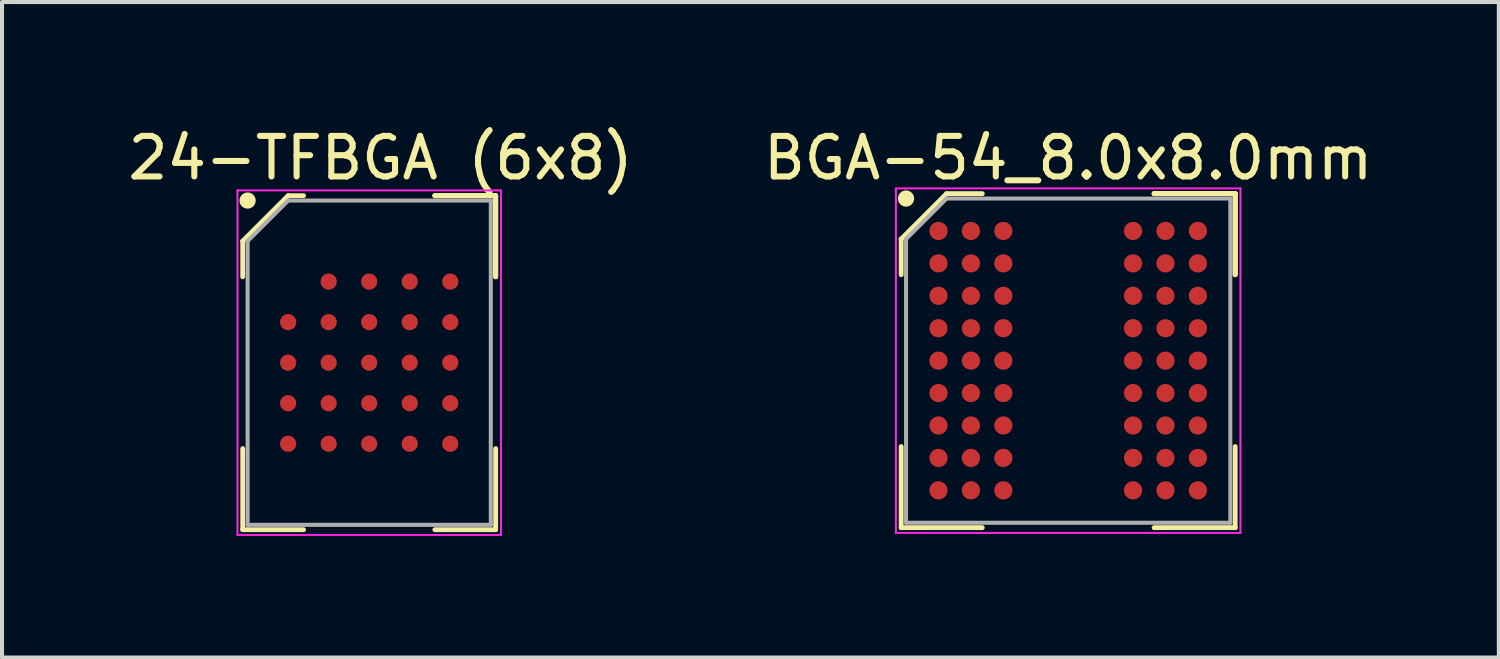
<source format=kicad_pcb>
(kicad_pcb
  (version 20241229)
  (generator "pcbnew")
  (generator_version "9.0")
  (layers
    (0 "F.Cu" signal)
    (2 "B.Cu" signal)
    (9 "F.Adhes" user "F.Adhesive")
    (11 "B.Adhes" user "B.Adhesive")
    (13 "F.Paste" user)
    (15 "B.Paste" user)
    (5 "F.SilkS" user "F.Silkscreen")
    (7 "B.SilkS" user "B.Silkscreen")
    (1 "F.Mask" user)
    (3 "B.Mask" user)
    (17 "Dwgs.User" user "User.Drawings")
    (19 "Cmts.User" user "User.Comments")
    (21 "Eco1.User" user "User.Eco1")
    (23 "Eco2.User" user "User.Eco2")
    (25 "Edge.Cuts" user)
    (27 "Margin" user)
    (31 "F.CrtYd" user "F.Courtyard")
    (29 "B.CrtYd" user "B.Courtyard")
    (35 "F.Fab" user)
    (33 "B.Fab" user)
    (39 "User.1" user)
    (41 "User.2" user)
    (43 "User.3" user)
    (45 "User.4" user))
  (footprint "BGA-54_8.0x8.0mm"
    (layer "F.Cu")
    (at 23.304 5.848)
    (property "Reference" "BGA-54_8.0x8.0mm" (at 0 -5 0) (layer "F.SilkS") (effects (font (size 1 1) (thickness 0.15))))
    (attr smd)
    (fp_line (start -4.12 -3) (end -4.12 -2.12) (stroke (width 0.12) (type solid)) (layer "F.SilkS"))
    (fp_line (start -4.12 4.12) (end -4.12 2.12) (stroke (width 0.12) (type solid)) (layer "F.SilkS"))
    (fp_line (start -3 -4.12) (end -4.12 -3) (stroke (width 0.12) (type solid)) (layer "F.SilkS"))
    (fp_line (start -2.12 -4.12) (end -3 -4.12) (stroke (width 0.12) (type solid)) (layer "F.SilkS"))
    (fp_line (start -2.12 4.12) (end -4.12 4.12) (stroke (width 0.12) (type solid)) (layer "F.SilkS"))
    (fp_line (start 2.12 -4.12) (end 4.12 -4.12) (stroke (width 0.12) (type solid)) (layer "F.SilkS"))
    (fp_line (start 2.12 -4.12) (end 4.12 -4.12) (stroke (width 0.12) (type solid)) (layer "F.SilkS"))
    (fp_line (start 2.12 -4.12) (end 4.12 -4.12) (stroke (width 0.12) (type solid)) (layer "F.SilkS"))
    (fp_line (start 2.12 4.12) (end 4.12 4.12) (stroke (width 0.12) (type solid)) (layer "F.SilkS"))
    (fp_line (start 4.12 -4.12) (end 4.12 -2.12) (stroke (width 0.12) (type solid)) (layer "F.SilkS"))
    (fp_line (start 4.12 -4.12) (end 4.12 -2.12) (stroke (width 0.12) (type solid)) (layer "F.SilkS"))
    (fp_line (start 4.12 -4.12) (end 4.12 -2.12) (stroke (width 0.12) (type solid)) (layer "F.SilkS"))
    (fp_line (start 4.12 4.12) (end 4.12 2.12) (stroke (width 0.12) (type solid)) (layer "F.SilkS"))
    (fp_circle (center -4 -4) (end -4 -3.9) (stroke (width 0.2) (type solid)) (fill no) (layer "F.SilkS"))
    (fp_line (start -4.25 -4.25) (end 4.25 -4.25) (stroke (width 0.05) (type solid)) (layer "F.CrtYd"))
    (fp_line (start -4.25 4.25) (end -4.25 -4.25) (stroke (width 0.05) (type solid)) (layer "F.CrtYd"))
    (fp_line (start 4.25 -4.25) (end 4.25 4.25) (stroke (width 0.05) (type solid)) (layer "F.CrtYd"))
    (fp_line (start 4.25 4.25) (end -4.25 4.25) (stroke (width 0.05) (type solid)) (layer "F.CrtYd"))
    (fp_line (start -4 -3) (end -4 4) (stroke (width 0.1) (type solid)) (layer "F.Fab"))
    (fp_line (start -4 4) (end 4 4) (stroke (width 0.1) (type solid)) (layer "F.Fab"))
    (fp_line (start -3 -4) (end -4 -3) (stroke (width 0.1) (type solid)) (layer "F.Fab"))
    (fp_line (start 4 -4) (end -3 -4) (stroke (width 0.1) (type solid)) (layer "F.Fab"))
    (fp_line (start 4 4) (end 4 -4) (stroke (width 0.1) (type solid)) (layer "F.Fab"))
    (pad "A1" smd circle (at -3.2 -3.2) (size 0.45 0.45) (layers "F.Cu" "F.Mask" "F.Paste"))
    (pad "A2" smd circle (at -2.4 -3.2) (size 0.45 0.45) (layers "F.Cu" "F.Mask" "F.Paste"))
    (pad "A3" smd circle (at -1.6 -3.2) (size 0.45 0.45) (layers "F.Cu" "F.Mask" "F.Paste"))
    (pad "A7" smd circle (at 1.6 -3.2) (size 0.45 0.45) (layers "F.Cu" "F.Mask" "F.Paste"))
    (pad "A8" smd circle (at 2.4 -3.2) (size 0.45 0.45) (layers "F.Cu" "F.Mask" "F.Paste"))
    (pad "A9" smd circle (at 3.2 -3.2) (size 0.45 0.45) (layers "F.Cu" "F.Mask" "F.Paste"))
    (pad "B1" smd circle (at -3.2 -2.4) (size 0.45 0.45) (layers "F.Cu" "F.Mask" "F.Paste"))
    (pad "B2" smd circle (at -2.4 -2.4) (size 0.45 0.45) (layers "F.Cu" "F.Mask" "F.Paste"))
    (pad "B3" smd circle (at -1.6 -2.4) (size 0.45 0.45) (layers "F.Cu" "F.Mask" "F.Paste"))
    (pad "B7" smd circle (at 1.6 -2.4) (size 0.45 0.45) (layers "F.Cu" "F.Mask" "F.Paste"))
    (pad "B8" smd circle (at 2.4 -2.4) (size 0.45 0.45) (layers "F.Cu" "F.Mask" "F.Paste"))
    (pad "B9" smd circle (at 3.2 -2.4) (size 0.45 0.45) (layers "F.Cu" "F.Mask" "F.Paste"))
    (pad "C1" smd circle (at -3.2 -1.6) (size 0.45 0.45) (layers "F.Cu" "F.Mask" "F.Paste"))
    (pad "C2" smd circle (at -2.4 -1.6) (size 0.45 0.45) (layers "F.Cu" "F.Mask" "F.Paste"))
    (pad "C3" smd circle (at -1.6 -1.6) (size 0.45 0.45) (layers "F.Cu" "F.Mask" "F.Paste"))
    (pad "C7" smd circle (at 1.6 -1.6) (size 0.45 0.45) (layers "F.Cu" "F.Mask" "F.Paste"))
    (pad "C8" smd circle (at 2.4 -1.6) (size 0.45 0.45) (layers "F.Cu" "F.Mask" "F.Paste"))
    (pad "C9" smd circle (at 3.2 -1.6) (size 0.45 0.45) (layers "F.Cu" "F.Mask" "F.Paste"))
    (pad "D1" smd circle (at -3.2 -0.8) (size 0.45 0.45) (layers "F.Cu" "F.Mask" "F.Paste"))
    (pad "D2" smd circle (at -2.4 -0.8) (size 0.45 0.45) (layers "F.Cu" "F.Mask" "F.Paste"))
    (pad "D3" smd circle (at -1.6 -0.8) (size 0.45 0.45) (layers "F.Cu" "F.Mask" "F.Paste"))
    (pad "D7" smd circle (at 1.6 -0.8) (size 0.45 0.45) (layers "F.Cu" "F.Mask" "F.Paste"))
    (pad "D8" smd circle (at 2.4 -0.8) (size 0.45 0.45) (layers "F.Cu" "F.Mask" "F.Paste"))
    (pad "D9" smd circle (at 3.2 -0.8) (size 0.45 0.45) (layers "F.Cu" "F.Mask" "F.Paste"))
    (pad "E1" smd circle (at -3.2 0) (size 0.45 0.45) (layers "F.Cu" "F.Mask" "F.Paste"))
    (pad "E2" smd circle (at -2.4 0) (size 0.45 0.45) (layers "F.Cu" "F.Mask" "F.Paste"))
    (pad "E3" smd circle (at -1.6 0) (size 0.45 0.45) (layers "F.Cu" "F.Mask" "F.Paste"))
    (pad "E7" smd circle (at 1.6 0) (size 0.45 0.45) (layers "F.Cu" "F.Mask" "F.Paste"))
    (pad "E8" smd circle (at 2.4 0) (size 0.45 0.45) (layers "F.Cu" "F.Mask" "F.Paste"))
    (pad "E9" smd circle (at 3.2 0) (size 0.45 0.45) (layers "F.Cu" "F.Mask" "F.Paste"))
    (pad "F1" smd circle (at -3.2 0.8) (size 0.45 0.45) (layers "F.Cu" "F.Mask" "F.Paste"))
    (pad "F2" smd circle (at -2.4 0.8) (size 0.45 0.45) (layers "F.Cu" "F.Mask" "F.Paste"))
    (pad "F3" smd circle (at -1.6 0.8) (size 0.45 0.45) (layers "F.Cu" "F.Mask" "F.Paste"))
    (pad "F7" smd circle (at 1.6 0.8) (size 0.45 0.45) (layers "F.Cu" "F.Mask" "F.Paste"))
    (pad "F8" smd circle (at 2.4 0.8) (size 0.45 0.45) (layers "F.Cu" "F.Mask" "F.Paste"))
    (pad "F9" smd circle (at 3.2 0.8) (size 0.45 0.45) (layers "F.Cu" "F.Mask" "F.Paste"))
    (pad "G1" smd circle (at -3.2 1.6) (size 0.45 0.45) (layers "F.Cu" "F.Mask" "F.Paste"))
    (pad "G2" smd circle (at -2.4 1.6) (size 0.45 0.45) (layers "F.Cu" "F.Mask" "F.Paste"))
    (pad "G3" smd circle (at -1.6 1.6) (size 0.45 0.45) (layers "F.Cu" "F.Mask" "F.Paste"))
    (pad "G7" smd circle (at 1.6 1.6) (size 0.45 0.45) (layers "F.Cu" "F.Mask" "F.Paste"))
    (pad "G8" smd circle (at 2.4 1.6) (size 0.45 0.45) (layers "F.Cu" "F.Mask" "F.Paste"))
    (pad "G9" smd circle (at 3.2 1.6) (size 0.45 0.45) (layers "F.Cu" "F.Mask" "F.Paste"))
    (pad "H1" smd circle (at -3.2 2.4) (size 0.45 0.45) (layers "F.Cu" "F.Mask" "F.Paste"))
    (pad "H2" smd circle (at -2.4 2.4) (size 0.45 0.45) (layers "F.Cu" "F.Mask" "F.Paste"))
    (pad "H3" smd circle (at -1.6 2.4) (size 0.45 0.45) (layers "F.Cu" "F.Mask" "F.Paste"))
    (pad "H7" smd circle (at 1.6 2.4) (size 0.45 0.45) (layers "F.Cu" "F.Mask" "F.Paste"))
    (pad "H8" smd circle (at 2.4 2.4) (size 0.45 0.45) (layers "F.Cu" "F.Mask" "F.Paste"))
    (pad "H9" smd circle (at 3.2 2.4) (size 0.45 0.45) (layers "F.Cu" "F.Mask" "F.Paste"))
    (pad "J1" smd circle (at -3.2 3.2) (size 0.45 0.45) (layers "F.Cu" "F.Mask" "F.Paste"))
    (pad "J2" smd circle (at -2.4 3.2) (size 0.45 0.45) (layers "F.Cu" "F.Mask" "F.Paste"))
    (pad "J3" smd circle (at -1.6 3.2) (size 0.45 0.45) (layers "F.Cu" "F.Mask" "F.Paste"))
    (pad "J7" smd circle (at 1.6 3.2) (size 0.45 0.45) (layers "F.Cu" "F.Mask" "F.Paste"))
    (pad "J8" smd circle (at 2.4 3.2) (size 0.45 0.45) (layers "F.Cu" "F.Mask" "F.Paste"))
    (pad "J9" smd circle (at 3.2 3.2) (size 0.45 0.45) (layers "F.Cu" "F.Mask" "F.Paste")))
  (footprint "24-TFBGA (6x8)"
    (layer "F.Cu")
    (at 6.059 5.898)
    (property "Reference" "24-TFBGA (6x8)" (at 0.28 -5.05 0) (layer "F.SilkS") (effects (font (size 1 1) (thickness 0.15))))
    (attr smd)
    (fp_line (start -3.12 -3) (end -3.12 -2.12) (stroke (width 0.12) (type solid)) (layer "F.SilkS"))
    (fp_line (start -3.12 4.12) (end -3.12 2.12) (stroke (width 0.12) (type solid)) (layer "F.SilkS"))
    (fp_line (start -2 -4.12) (end -3.12 -3) (stroke (width 0.12) (type solid)) (layer "F.SilkS"))
    (fp_line (start -1.62 -4.12) (end -2 -4.12) (stroke (width 0.12) (type solid)) (layer "F.SilkS"))
    (fp_line (start -1.62 4.12) (end -3.12 4.12) (stroke (width 0.12) (type solid)) (layer "F.SilkS"))
    (fp_line (start 1.62 -4.12) (end 3.12 -4.12) (stroke (width 0.12) (type solid)) (layer "F.SilkS"))
    (fp_line (start 1.62 -4.12) (end 3.12 -4.12) (stroke (width 0.12) (type solid)) (layer "F.SilkS"))
    (fp_line (start 1.62 -4.12) (end 3.12 -4.12) (stroke (width 0.12) (type solid)) (layer "F.SilkS"))
    (fp_line (start 1.62 4.12) (end 3.12 4.12) (stroke (width 0.12) (type solid)) (layer "F.SilkS"))
    (fp_line (start 3.12 -4.12) (end 3.12 -2.12) (stroke (width 0.12) (type solid)) (layer "F.SilkS"))
    (fp_line (start 3.12 -4.12) (end 3.12 -2.12) (stroke (width 0.12) (type solid)) (layer "F.SilkS"))
    (fp_line (start 3.12 -4.12) (end 3.12 -2.12) (stroke (width 0.12) (type solid)) (layer "F.SilkS"))
    (fp_line (start 3.12 4.12) (end 3.12 2.12) (stroke (width 0.12) (type solid)) (layer "F.SilkS"))
    (fp_circle (center -3 -4) (end -3 -3.9) (stroke (width 0.2) (type solid)) (fill no) (layer "F.SilkS"))
    (fp_line (start -3.25 -4.25) (end 3.25 -4.25) (stroke (width 0.05) (type solid)) (layer "F.CrtYd"))
    (fp_line (start -3.25 4.25) (end -3.25 -4.25) (stroke (width 0.05) (type solid)) (layer "F.CrtYd"))
    (fp_line (start 3.25 -4.25) (end 3.25 4.25) (stroke (width 0.05) (type solid)) (layer "F.CrtYd"))
    (fp_line (start 3.25 4.25) (end -3.25 4.25) (stroke (width 0.05) (type solid)) (layer "F.CrtYd"))
    (fp_line (start -3 -3) (end -3 4) (stroke (width 0.1) (type solid)) (layer "F.Fab"))
    (fp_line (start -3 4) (end 3 4) (stroke (width 0.1) (type solid)) (layer "F.Fab"))
    (fp_line (start -2 -4) (end -3 -3) (stroke (width 0.1) (type solid)) (layer "F.Fab"))
    (fp_line (start 3 -4) (end -2 -4) (stroke (width 0.1) (type solid)) (layer "F.Fab"))
    (fp_line (start 3 4) (end 3 -4) (stroke (width 0.1) (type solid)) (layer "F.Fab"))
    (pad "A2" smd circle (at -1 -2) (size 0.4 0.4) (layers "F.Cu" "F.Mask" "F.Paste"))
    (pad "A3" smd circle (at 0 -2) (size 0.4 0.4) (layers "F.Cu" "F.Mask" "F.Paste"))
    (pad "A4" smd circle (at 1 -2) (size 0.4 0.4) (layers "F.Cu" "F.Mask" "F.Paste"))
    (pad "A5" smd circle (at 2 -2) (size 0.4 0.4) (layers "F.Cu" "F.Mask" "F.Paste"))
    (pad "B1" smd circle (at -2 -1) (size 0.4 0.4) (layers "F.Cu" "F.Mask" "F.Paste"))
    (pad "B2" smd circle (at -1 -1) (size 0.4 0.4) (layers "F.Cu" "F.Mask" "F.Paste"))
    (pad "B3" smd circle (at 0 -1) (size 0.4 0.4) (layers "F.Cu" "F.Mask" "F.Paste"))
    (pad "B4" smd circle (at 1 -1) (size 0.4 0.4) (layers "F.Cu" "F.Mask" "F.Paste"))
    (pad "B5" smd circle (at 2 -1) (size 0.4 0.4) (layers "F.Cu" "F.Mask" "F.Paste"))
    (pad "C1" smd circle (at -2 0) (size 0.4 0.4) (layers "F.Cu" "F.Mask" "F.Paste"))
    (pad "C2" smd circle (at -1 0) (size 0.4 0.4) (layers "F.Cu" "F.Mask" "F.Paste"))
    (pad "C3" smd circle (at 0 0) (size 0.4 0.4) (layers "F.Cu" "F.Mask" "F.Paste"))
    (pad "C4" smd circle (at 1 0) (size 0.4 0.4) (layers "F.Cu" "F.Mask" "F.Paste"))
    (pad "C5" smd circle (at 2 0) (size 0.4 0.4) (layers "F.Cu" "F.Mask" "F.Paste"))
    (pad "D1" smd circle (at -2 1) (size 0.4 0.4) (layers "F.Cu" "F.Mask" "F.Paste"))
    (pad "D2" smd circle (at -1 1) (size 0.4 0.4) (layers "F.Cu" "F.Mask" "F.Paste"))
    (pad "D3" smd circle (at 0 1) (size 0.4 0.4) (layers "F.Cu" "F.Mask" "F.Paste"))
    (pad "D4" smd circle (at 1 1) (size 0.4 0.4) (layers "F.Cu" "F.Mask" "F.Paste"))
    (pad "D5" smd circle (at 2 1) (size 0.4 0.4) (layers "F.Cu" "F.Mask" "F.Paste"))
    (pad "E1" smd circle (at -2 2) (size 0.4 0.4) (layers "F.Cu" "F.Mask" "F.Paste"))
    (pad "E2" smd circle (at -1 2) (size 0.4 0.4) (layers "F.Cu" "F.Mask" "F.Paste"))
    (pad "E3" smd circle (at 0 2) (size 0.4 0.4) (layers "F.Cu" "F.Mask" "F.Paste"))
    (pad "E4" smd circle (at 1 2) (size 0.4 0.4) (layers "F.Cu" "F.Mask" "F.Paste"))
    (pad "E5" smd circle (at 2 2) (size 0.4 0.4) (layers "F.Cu" "F.Mask" "F.Paste")))
  (gr_rect
    (start -3 -3)
    (end 33.929 13.173)
    (stroke (width 0.1) (type default))
    (fill no)
    (layer "Edge.Cuts")))
</source>
